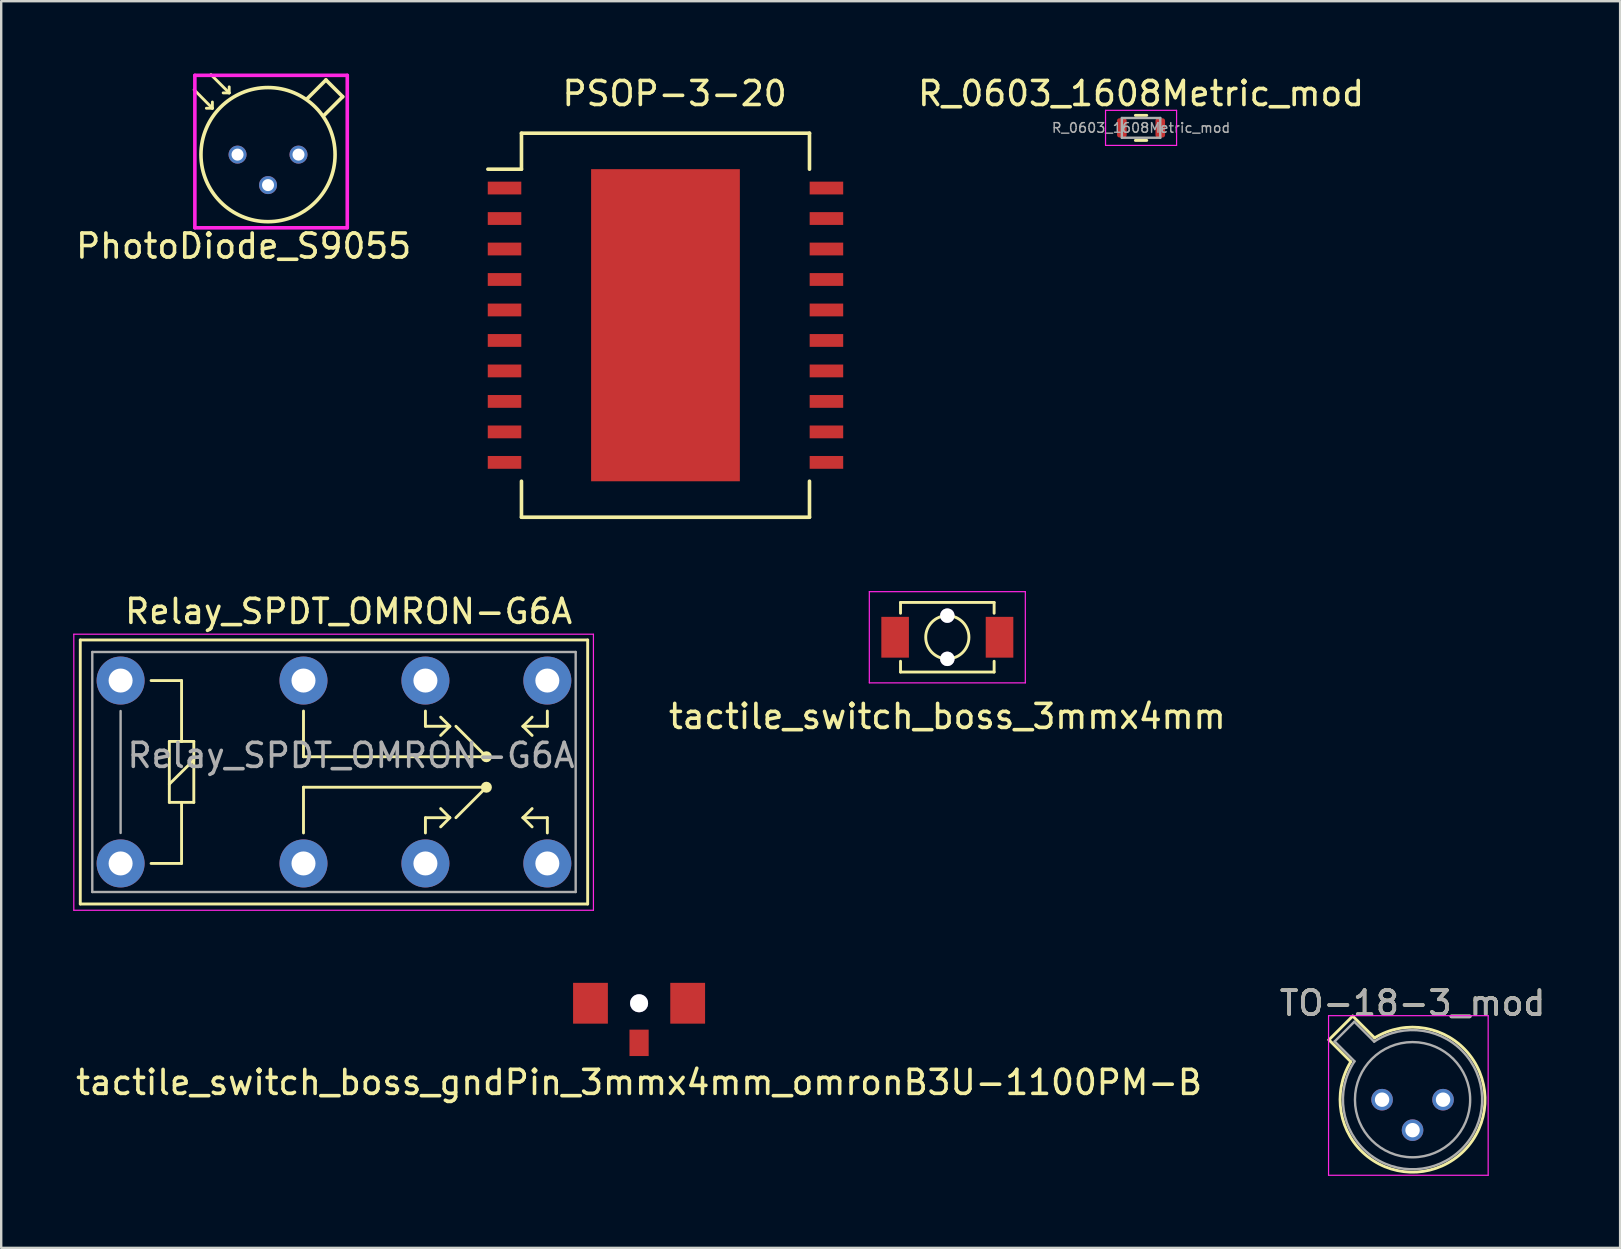
<source format=kicad_pcb>
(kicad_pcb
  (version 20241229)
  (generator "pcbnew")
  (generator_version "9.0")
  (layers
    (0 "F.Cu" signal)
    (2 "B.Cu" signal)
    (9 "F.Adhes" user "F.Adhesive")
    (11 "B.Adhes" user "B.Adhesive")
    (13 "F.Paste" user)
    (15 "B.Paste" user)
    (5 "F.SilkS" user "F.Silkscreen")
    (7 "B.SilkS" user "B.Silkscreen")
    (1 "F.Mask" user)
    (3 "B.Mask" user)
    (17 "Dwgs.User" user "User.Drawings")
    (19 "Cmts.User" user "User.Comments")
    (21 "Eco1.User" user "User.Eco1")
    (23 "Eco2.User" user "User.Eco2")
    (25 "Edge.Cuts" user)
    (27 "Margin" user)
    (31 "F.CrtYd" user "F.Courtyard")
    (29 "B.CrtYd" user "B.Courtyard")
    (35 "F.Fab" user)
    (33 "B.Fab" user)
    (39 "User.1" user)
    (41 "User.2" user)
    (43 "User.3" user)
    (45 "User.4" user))
  (footprint "tactile_switch_boss_gndPin_3mmx4mm_omronB3U-1100PM-B"
    (layer "F.Cu")
    (at 23.577 38.75)
    (property "Reference" "tactile_switch_boss_gndPin_3mmx4mm_omronB3U-1100PM-B" (at 0 3.3 0) (layer "F.SilkS") (effects (font (size 1 1) (thickness 0.15))))
    (attr through_hole)
    (pad "" thru_hole circle (at 0 0) (size 0.75 0.75) (drill 0.75) (layers "*.Cu" "*.Mask"))
    (pad "1" smd rect (at 2.025 0) (size 1.45 1.7) (layers "F.Cu" "F.Mask" "F.Paste"))
    (pad "2" smd rect (at -2.025 0) (size 1.45 1.7) (layers "F.Cu" "F.Mask" "F.Paste"))
    (pad "3" smd rect (at 0 1.65) (size 0.8 1.1) (layers "F.Cu" "F.Mask" "F.Paste")))
  (footprint "tactile_switch_boss_3mmx4mm"
    (layer "F.Cu")
    (at 36.42 23.501)
    (property "Reference" "tactile_switch_boss_3mmx4mm" (at 0 3.3 0) (layer "F.SilkS") (effects (font (size 1 1) (thickness 0.15))))
    (attr through_hole)
    (fp_line (start -1.95 -1.45) (end -1.95 -1) (stroke (width 0.12) (type solid)) (layer "F.SilkS"))
    (fp_line (start -1.95 -1.45) (end 1.95 -1.45) (stroke (width 0.12) (type solid)) (layer "F.SilkS"))
    (fp_line (start -1.95 1.45) (end -1.95 1) (stroke (width 0.12) (type solid)) (layer "F.SilkS"))
    (fp_line (start 1.95 -1.45) (end 1.95 -1) (stroke (width 0.12) (type solid)) (layer "F.SilkS"))
    (fp_line (start 1.95 1) (end 1.95 1.45) (stroke (width 0.12) (type solid)) (layer "F.SilkS"))
    (fp_line (start 1.95 1.45) (end -1.95 1.45) (stroke (width 0.12) (type solid)) (layer "F.SilkS"))
    (fp_circle (center 0 0) (end 0.9 0) (stroke (width 0.12) (type solid)) (fill no) (layer "F.SilkS"))
    (fp_line (start -3.25 -1.9) (end 3.25 -1.9) (stroke (width 0.05) (type solid)) (layer "F.CrtYd"))
    (fp_line (start -3.25 1.9) (end -3.25 -1.9) (stroke (width 0.05) (type solid)) (layer "F.CrtYd"))
    (fp_line (start 3.25 -1.9) (end 3.25 1.9) (stroke (width 0.05) (type solid)) (layer "F.CrtYd"))
    (fp_line (start 3.25 1.9) (end -3.25 1.9) (stroke (width 0.05) (type solid)) (layer "F.CrtYd"))
    (pad "" thru_hole circle (at 0 -0.9) (size 0.6 0.6) (drill 0.6) (layers "*.Cu" "*.Mask"))
    (pad "" thru_hole circle (at 0 0.9) (size 0.6 0.6) (drill 0.6) (layers "*.Cu" "*.Mask"))
    (pad "1" smd rect (at 2.175 0) (size 1.15 1.7) (layers "F.Cu" "F.Mask" "F.Paste"))
    (pad "2" smd rect (at -2.175 0) (size 1.15 1.7) (layers "F.Cu" "F.Mask" "F.Paste")))
  (footprint "TO-18-3_mod"
    (layer "F.Cu")
    (at 54.534 42.768)
    (property "Reference" "TO-18-3_mod" (at 1.27 -4.02 0) (layer "F.SilkS") (effects (font (size 1 1) (thickness 0.15))))
    (attr through_hole)
    (fp_line (start -2.214 -2.494) (end -1.302 -1.582) (stroke (width 0.12) (type solid)) (layer "F.SilkS"))
    (fp_line (start -1.224 -3.484) (end -2.214 -2.494) (stroke (width 0.12) (type solid)) (layer "F.SilkS"))
    (fp_line (start -0.312 -2.572) (end -1.224 -3.484) (stroke (width 0.12) (type solid)) (layer "F.SilkS"))
    (fp_arc (start -0.312331 -2.572281) (mid 3.405374 2.135551) (end -1.30215 -1.582544) (stroke (width 0.12) (type solid)) (layer "F.SilkS"))
    (fp_line (start -2.23 -3.5) (end -2.23 3.15) (stroke (width 0.05) (type solid)) (layer "F.CrtYd"))
    (fp_line (start -2.23 3.15) (end 4.42 3.15) (stroke (width 0.05) (type solid)) (layer "F.CrtYd"))
    (fp_line (start 4.42 -3.5) (end -2.23 -3.5) (stroke (width 0.05) (type solid)) (layer "F.CrtYd"))
    (fp_line (start 4.42 3.15) (end 4.42 -3.5) (stroke (width 0.05) (type solid)) (layer "F.CrtYd"))
    (fp_line (start -1.977 -2.426) (end -1.149 -1.599) (stroke (width 0.1) (type solid)) (layer "F.Fab"))
    (fp_line (start -1.156 -3.247) (end -1.977 -2.426) (stroke (width 0.1) (type solid)) (layer "F.Fab"))
    (fp_line (start -0.329 -2.419) (end -1.156 -3.247) (stroke (width 0.1) (type solid)) (layer "F.Fab"))
    (fp_arc (start -0.329057 -2.419301) (mid 3.321076 2.050143) (end -1.150029 -1.597956) (stroke (width 0.1) (type solid)) (layer "F.Fab"))
    (fp_circle (center 1.27 0) (end 3.67 0) (stroke (width 0.1) (type solid)) (fill no) (layer "F.Fab"))
    (fp_text user "${REFERENCE}" (at 1.27 -4.02 0) (layer "F.Fab") (effects (font (size 1 1) (thickness 0.15))))
    (pad "1" thru_hole circle (at 0 0) (size 0.9 0.9) (drill 0.6) (layers "*.Cu" "*.Mask"))
    (pad "2" thru_hole circle (at 1.27 1.27) (size 0.9 0.9) (drill 0.6) (layers "*.Cu" "*.Mask"))
    (pad "3" thru_hole circle (at 2.54 0) (size 0.9 0.9) (drill 0.6) (layers "*.Cu" "*.Mask")))
  (footprint "PhotoDiode_S9055"
    (layer "F.Cu")
    (at 6.847 3.392)
    (property "Reference" "PhotoDiode_S9055" (at 0.254 3.81 0) (layer "F.SilkS") (effects (font (size 1 1) (thickness 0.15))))
    (attr through_hole)
    (fp_line (start -1.808 -2.702) (end -1.048 -1.932) (stroke (width 0.12) (type solid)) (layer "F.SilkS"))
    (fp_line (start -1.108 -3.332) (end -0.348 -2.572) (stroke (width 0.12) (type solid)) (layer "F.SilkS"))
    (fp_line (start -1.048 -1.932) (end -1.298 -1.932) (stroke (width 0.12) (type solid)) (layer "F.SilkS"))
    (fp_line (start -1.048 -1.932) (end -1.048 -2.192) (stroke (width 0.12) (type solid)) (layer "F.SilkS"))
    (fp_line (start -0.348 -2.572) (end -0.598 -2.572) (stroke (width 0.12) (type solid)) (layer "F.SilkS"))
    (fp_line (start -0.348 -2.572) (end -0.348 -2.822) (stroke (width 0.12) (type solid)) (layer "F.SilkS"))
    (fp_line (start 3.683 -3.111) (end 2.921 -2.349) (stroke (width 0.15) (type solid)) (layer "F.SilkS"))
    (fp_line (start 3.683 -3.111) (end 4.381 -2.413) (stroke (width 0.15) (type solid)) (layer "F.SilkS"))
    (fp_line (start 4.381 -2.413) (end 3.619 -1.651) (stroke (width 0.15) (type solid)) (layer "F.SilkS"))
    (fp_circle (center 1.27 0) (end 4.064 0) (stroke (width 0.15) (type solid)) (fill no) (layer "F.SilkS"))
    (fp_line (start -1.778 -3.302) (end -1.778 3.048) (stroke (width 0.15) (type solid)) (layer "F.CrtYd"))
    (fp_line (start 4.572 -3.302) (end -1.778 -3.302) (stroke (width 0.15) (type solid)) (layer "F.CrtYd"))
    (fp_line (start 4.572 -3.302) (end 4.572 3.048) (stroke (width 0.15) (type solid)) (layer "F.CrtYd"))
    (fp_line (start 4.572 3.048) (end -1.778 3.048) (stroke (width 0.15) (type solid)) (layer "F.CrtYd"))
    (pad "1" thru_hole circle (at 2.54 0) (size 0.75 0.75) (drill 0.5) (layers "*.Cu" "*.Mask"))
    (pad "2" thru_hole circle (at 1.27 1.27) (size 0.75 0.75) (drill 0.5) (layers "*.Cu" "*.Mask"))
    (pad "3" thru_hole circle (at 0 0) (size 0.75 0.75) (drill 0.5) (layers "*.Cu" "*.Mask")))
  (footprint "R_0603_1608Metric_mod"
    (layer "F.Cu")
    (at 44.492 2.278)
    (property "Reference" "R_0603_1608Metric_mod" (at 0 -1.43 0) (layer "F.SilkS") (effects (font (size 1 1) (thickness 0.15))))
    (attr smd)
    (fp_line (start -0.237 -0.522) (end 0.237 -0.522) (stroke (width 0.12) (type solid)) (layer "F.SilkS"))
    (fp_line (start -0.237 0.522) (end 0.237 0.522) (stroke (width 0.12) (type solid)) (layer "F.SilkS"))
    (fp_line (start -1.48 -0.73) (end 1.48 -0.73) (stroke (width 0.05) (type solid)) (layer "F.CrtYd"))
    (fp_line (start -1.48 0.73) (end -1.48 -0.73) (stroke (width 0.05) (type solid)) (layer "F.CrtYd"))
    (fp_line (start 1.48 -0.73) (end 1.48 0.73) (stroke (width 0.05) (type solid)) (layer "F.CrtYd"))
    (fp_line (start 1.48 0.73) (end -1.48 0.73) (stroke (width 0.05) (type solid)) (layer "F.CrtYd"))
    (fp_line (start -0.8 -0.412) (end 0.8 -0.412) (stroke (width 0.1) (type solid)) (layer "F.Fab"))
    (fp_line (start -0.8 0.412) (end -0.8 -0.412) (stroke (width 0.1) (type solid)) (layer "F.Fab"))
    (fp_line (start 0.8 -0.412) (end 0.8 0.412) (stroke (width 0.1) (type solid)) (layer "F.Fab"))
    (fp_line (start 0.8 0.412) (end -0.8 0.412) (stroke (width 0.1) (type solid)) (layer "F.Fab"))
    (fp_text user "${REFERENCE}" (at 0 0 0) (layer "F.Fab") (effects (font (size 0.4 0.4) (thickness 0.06))))
    (pad "1" smd roundrect (at -0.8 0) (size 0.4 0.8) (layers "F.Cu" "F.Mask" "F.Paste") (roundrect_rratio 0.25))
    (pad "2" smd roundrect (at 0.8 0) (size 0.4 0.8) (layers "F.Cu" "F.Mask" "F.Paste") (roundrect_rratio 0.25)))
  (footprint "PSOP-3-20"
    (layer "F.Cu")
    (at 24.677 10.5)
    (property "Reference" "PSOP-3-20" (at 0.381 -9.652 0) (layer "F.SilkS") (effects (font (size 1 1) (thickness 0.15))))
    (attr through_hole)
    (fp_line (start -6 -8) (end -6 -6.5) (stroke (width 0.15) (type solid)) (layer "F.SilkS"))
    (fp_line (start -6 -6.5) (end -7.4 -6.5) (stroke (width 0.15) (type solid)) (layer "F.SilkS"))
    (fp_line (start -6 8) (end -6 6.5) (stroke (width 0.15) (type solid)) (layer "F.SilkS"))
    (fp_line (start -6 8) (end 6 8) (stroke (width 0.152) (type solid)) (layer "F.SilkS"))
    (fp_line (start 6 -8) (end -6 -8) (stroke (width 0.152) (type solid)) (layer "F.SilkS"))
    (fp_line (start 6 -8) (end 6 -6.5) (stroke (width 0.15) (type solid)) (layer "F.SilkS"))
    (fp_line (start 6 8) (end 6 6.5) (stroke (width 0.15) (type solid)) (layer "F.SilkS"))
    (pad "1" smd rect (at -6.706 -5.715) (size 1.397 0.533) (layers "F.Cu" "F.Mask" "F.Paste"))
    (pad "2" smd rect (at -6.706 -4.445) (size 1.397 0.533) (layers "F.Cu" "F.Mask" "F.Paste"))
    (pad "3" smd rect (at -6.706 -3.175) (size 1.397 0.533) (layers "F.Cu" "F.Mask" "F.Paste"))
    (pad "4" smd rect (at -6.706 -1.905) (size 1.397 0.533) (layers "F.Cu" "F.Mask" "F.Paste"))
    (pad "5" smd rect (at -6.706 -0.635) (size 1.397 0.533) (layers "F.Cu" "F.Mask" "F.Paste"))
    (pad "6" smd rect (at -6.706 0.635) (size 1.397 0.533) (layers "F.Cu" "F.Mask" "F.Paste"))
    (pad "7" smd rect (at -6.706 1.905) (size 1.397 0.533) (layers "F.Cu" "F.Mask" "F.Paste"))
    (pad "8" smd rect (at -6.706 3.175) (size 1.397 0.533) (layers "F.Cu" "F.Mask" "F.Paste"))
    (pad "9" smd rect (at -6.706 4.445) (size 1.397 0.533) (layers "F.Cu" "F.Mask" "F.Paste"))
    (pad "10" smd rect (at -6.706 5.715) (size 1.397 0.533) (layers "F.Cu" "F.Mask" "F.Paste"))
    (pad "11" smd rect (at 6.706 5.715) (size 1.397 0.533) (layers "F.Cu" "F.Mask" "F.Paste"))
    (pad "12" smd rect (at 6.706 4.445) (size 1.397 0.533) (layers "F.Cu" "F.Mask" "F.Paste"))
    (pad "13" smd rect (at 6.706 3.175) (size 1.397 0.533) (layers "F.Cu" "F.Mask" "F.Paste"))
    (pad "14" smd rect (at 6.706 1.905) (size 1.397 0.533) (layers "F.Cu" "F.Mask" "F.Paste"))
    (pad "15" smd rect (at 6.706 0.635) (size 1.397 0.533) (layers "F.Cu" "F.Mask" "F.Paste"))
    (pad "16" smd rect (at 6.706 -0.635) (size 1.397 0.533) (layers "F.Cu" "F.Mask" "F.Paste"))
    (pad "17" smd rect (at 6.706 -1.905) (size 1.397 0.533) (layers "F.Cu" "F.Mask" "F.Paste"))
    (pad "18" smd rect (at 6.706 -3.175) (size 1.397 0.533) (layers "F.Cu" "F.Mask" "F.Paste"))
    (pad "19" smd rect (at 6.706 -4.445) (size 1.397 0.533) (layers "F.Cu" "F.Mask" "F.Paste"))
    (pad "20" smd rect (at 6.706 -5.715) (size 1.397 0.533) (layers "F.Cu" "F.Mask" "F.Paste"))
    (pad "21" smd rect (at 0 0 270) (size 13.005 6.198) (layers "F.Cu" "F.Mask" "F.Paste")))
  (footprint "Relay_SPDT_OMRON-G6A"
    (layer "F.Cu")
    (at 1.975 25.305)
    (property "Reference" "Relay_SPDT_OMRON-G6A" (at 9.5 -2.88 180) (layer "F.SilkS") (effects (font (size 1 1) (thickness 0.15))))
    (attr through_hole)
    (fp_line (start -1.68 -1.69) (end 19.46 -1.69) (stroke (width 0.12) (type solid)) (layer "F.SilkS"))
    (fp_line (start -1.68 9.31) (end -1.68 -1.69) (stroke (width 0.12) (type solid)) (layer "F.SilkS"))
    (fp_line (start -1.68 9.31) (end 19.46 9.31) (stroke (width 0.12) (type solid)) (layer "F.SilkS"))
    (fp_line (start 1.27 7.62) (end 2.54 7.62) (stroke (width 0.12) (type solid)) (layer "F.SilkS"))
    (fp_line (start 2.03 2.536) (end 2.54 2.536) (stroke (width 0.12) (type solid)) (layer "F.SilkS"))
    (fp_line (start 2.03 4.316) (end 3.05 3.306) (stroke (width 0.12) (type solid)) (layer "F.SilkS"))
    (fp_line (start 2.03 5.076) (end 2.03 2.536) (stroke (width 0.12) (type solid)) (layer "F.SilkS"))
    (fp_line (start 2.54 0) (end 1.27 0) (stroke (width 0.12) (type solid)) (layer "F.SilkS"))
    (fp_line (start 2.54 2.536) (end 3.05 2.536) (stroke (width 0.12) (type solid)) (layer "F.SilkS"))
    (fp_line (start 2.54 2.54) (end 2.54 0) (stroke (width 0.12) (type solid)) (layer "F.SilkS"))
    (fp_line (start 2.54 5.076) (end 2.03 5.076) (stroke (width 0.12) (type solid)) (layer "F.SilkS"))
    (fp_line (start 2.54 7.62) (end 2.54 5.08) (stroke (width 0.12) (type solid)) (layer "F.SilkS"))
    (fp_line (start 3.05 2.536) (end 3.05 5.076) (stroke (width 0.12) (type solid)) (layer "F.SilkS"))
    (fp_line (start 3.05 5.076) (end 2.54 5.076) (stroke (width 0.12) (type solid)) (layer "F.SilkS"))
    (fp_line (start 7.62 1.27) (end 7.62 3.175) (stroke (width 0.12) (type solid)) (layer "F.SilkS"))
    (fp_line (start 7.62 3.175) (end 15.24 3.175) (stroke (width 0.12) (type solid)) (layer "F.SilkS"))
    (fp_line (start 7.62 4.445) (end 15.24 4.445) (stroke (width 0.12) (type solid)) (layer "F.SilkS"))
    (fp_line (start 7.62 6.35) (end 7.62 4.445) (stroke (width 0.12) (type solid)) (layer "F.SilkS"))
    (fp_line (start 12.7 1.27) (end 12.7 1.905) (stroke (width 0.12) (type solid)) (layer "F.SilkS"))
    (fp_line (start 12.7 1.905) (end 13.716 1.905) (stroke (width 0.12) (type solid)) (layer "F.SilkS"))
    (fp_line (start 12.7 5.715) (end 13.716 5.715) (stroke (width 0.12) (type solid)) (layer "F.SilkS"))
    (fp_line (start 12.7 6.35) (end 12.7 5.715) (stroke (width 0.12) (type solid)) (layer "F.SilkS"))
    (fp_line (start 13.716 1.905) (end 13.335 1.524) (stroke (width 0.12) (type solid)) (layer "F.SilkS"))
    (fp_line (start 13.716 1.905) (end 13.335 2.286) (stroke (width 0.12) (type solid)) (layer "F.SilkS"))
    (fp_line (start 13.716 5.715) (end 13.335 5.334) (stroke (width 0.12) (type solid)) (layer "F.SilkS"))
    (fp_line (start 13.716 5.715) (end 13.335 6.096) (stroke (width 0.12) (type solid)) (layer "F.SilkS"))
    (fp_line (start 15.24 3.175) (end 13.97 1.905) (stroke (width 0.12) (type solid)) (layer "F.SilkS"))
    (fp_line (start 15.24 4.445) (end 13.97 5.715) (stroke (width 0.12) (type solid)) (layer "F.SilkS"))
    (fp_line (start 16.764 1.905) (end 17.145 1.524) (stroke (width 0.12) (type solid)) (layer "F.SilkS"))
    (fp_line (start 16.764 1.905) (end 17.145 2.286) (stroke (width 0.12) (type solid)) (layer "F.SilkS"))
    (fp_line (start 16.764 1.905) (end 17.78 1.905) (stroke (width 0.12) (type solid)) (layer "F.SilkS"))
    (fp_line (start 16.764 5.715) (end 17.145 5.334) (stroke (width 0.12) (type solid)) (layer "F.SilkS"))
    (fp_line (start 16.764 5.715) (end 17.145 6.096) (stroke (width 0.12) (type solid)) (layer "F.SilkS"))
    (fp_line (start 16.764 5.715) (end 17.78 5.715) (stroke (width 0.12) (type solid)) (layer "F.SilkS"))
    (fp_line (start 17.78 1.27) (end 17.78 1.905) (stroke (width 0.12) (type solid)) (layer "F.SilkS"))
    (fp_line (start 17.78 6.35) (end 17.78 5.715) (stroke (width 0.12) (type solid)) (layer "F.SilkS"))
    (fp_line (start 19.46 9.31) (end 19.46 -1.69) (stroke (width 0.12) (type solid)) (layer "F.SilkS"))
    (fp_circle (center 15.24 3.175) (end 15.24 3.045) (stroke (width 0.2) (type solid)) (fill no) (layer "F.SilkS"))
    (fp_circle (center 15.24 4.445) (end 15.24 4.575) (stroke (width 0.2) (type solid)) (fill no) (layer "F.SilkS"))
    (fp_line (start -1.95 -1.93) (end 19.7 -1.93) (stroke (width 0.05) (type solid)) (layer "F.CrtYd"))
    (fp_line (start -1.95 9.57) (end -1.95 -1.93) (stroke (width 0.05) (type solid)) (layer "F.CrtYd"))
    (fp_line (start 19.7 -1.93) (end 19.7 9.57) (stroke (width 0.05) (type solid)) (layer "F.CrtYd"))
    (fp_line (start 19.7 9.57) (end -1.95 9.57) (stroke (width 0.05) (type solid)) (layer "F.CrtYd"))
    (fp_line (start -1.18 -1.19) (end 18.96 -1.19) (stroke (width 0.1) (type solid)) (layer "F.Fab"))
    (fp_line (start -1.18 8.81) (end -1.18 -1.19) (stroke (width 0.1) (type solid)) (layer "F.Fab"))
    (fp_line (start 0 6.35) (end 0 1.27) (stroke (width 0.1) (type solid)) (layer "F.Fab"))
    (fp_line (start 18.96 -1.19) (end 18.96 8.81) (stroke (width 0.1) (type solid)) (layer "F.Fab"))
    (fp_line (start 18.96 8.81) (end -1.18 8.81) (stroke (width 0.1) (type solid)) (layer "F.Fab"))
    (fp_text user "${REFERENCE}" (at 9.6 3.12 0) (layer "F.Fab") (effects (font (size 1 1) (thickness 0.15))))
    (pad "1" thru_hole circle (at 0 0 180) (size 2 2) (drill 1) (layers "*.Cu" "*.Mask"))
    (pad "4" thru_hole circle (at 7.62 0 180) (size 2 2) (drill 1) (layers "*.Cu" "*.Mask"))
    (pad "6" thru_hole circle (at 12.7 0 180) (size 2 2) (drill 1) (layers "*.Cu" "*.Mask"))
    (pad "8" thru_hole circle (at 17.78 0 180) (size 2 2) (drill 1) (layers "*.Cu" "*.Mask"))
    (pad "9" thru_hole circle (at 17.78 7.62 180) (size 2 2) (drill 1) (layers "*.Cu" "*.Mask"))
    (pad "11" thru_hole circle (at 12.7 7.62 180) (size 2 2) (drill 1) (layers "*.Cu" "*.Mask"))
    (pad "13" thru_hole circle (at 7.62 7.62 180) (size 2 2) (drill 1) (layers "*.Cu" "*.Mask"))
    (pad "16" thru_hole circle (at 0 7.62 180) (size 2 2) (drill 1) (layers "*.Cu" "*.Mask")))
  (gr_rect
    (start -3 -3)
    (end 64.452 48.943)
    (stroke (width 0.1) (type default))
    (fill no)
    (layer "Edge.Cuts")))
</source>
